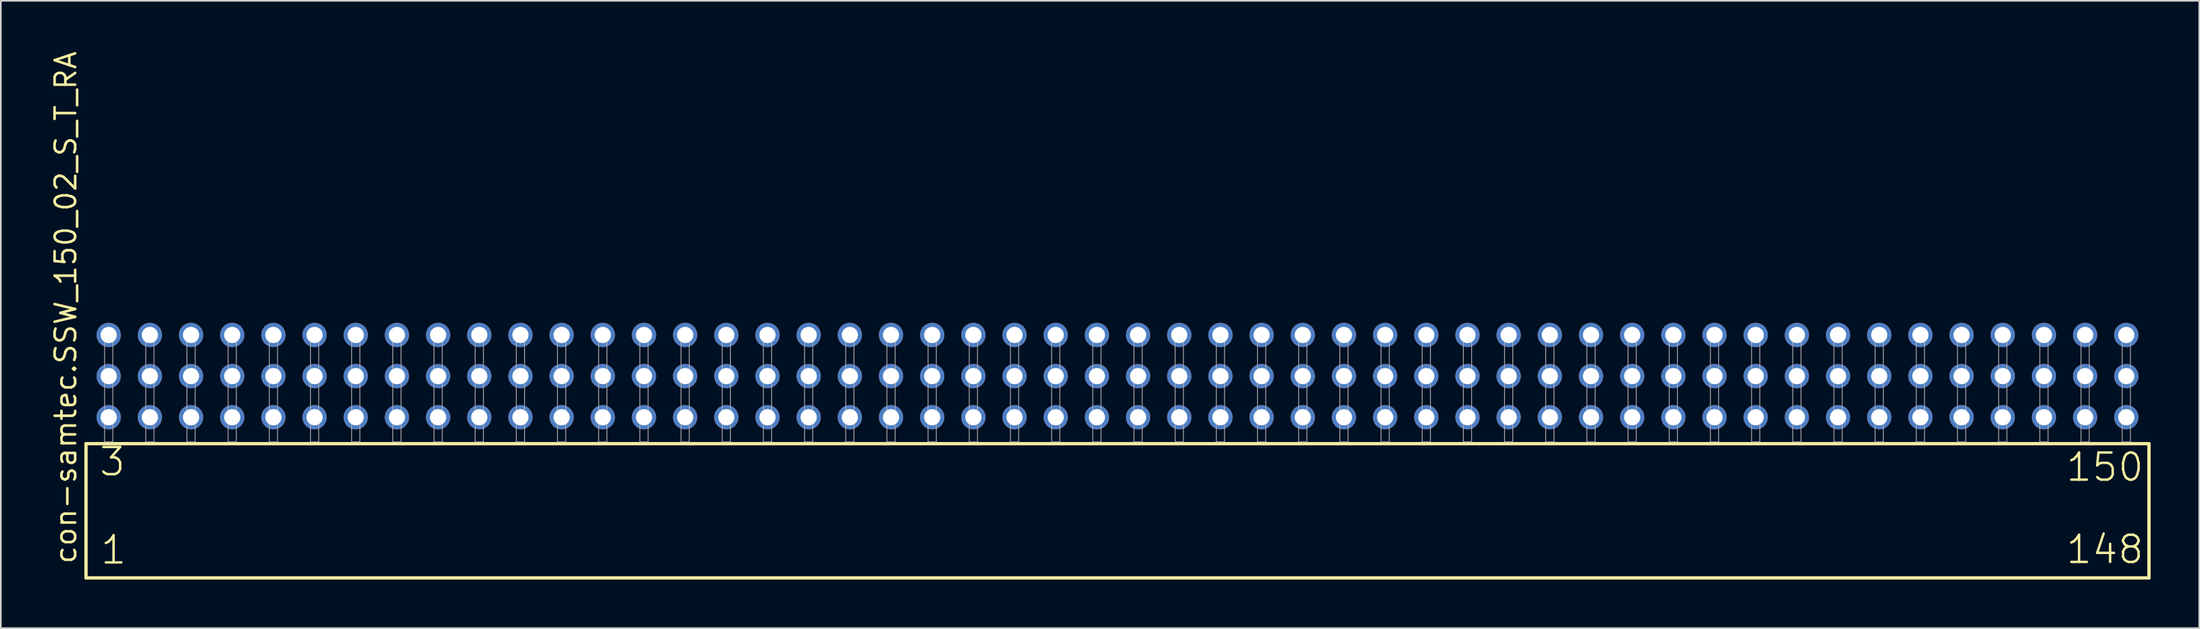
<source format=kicad_pcb>
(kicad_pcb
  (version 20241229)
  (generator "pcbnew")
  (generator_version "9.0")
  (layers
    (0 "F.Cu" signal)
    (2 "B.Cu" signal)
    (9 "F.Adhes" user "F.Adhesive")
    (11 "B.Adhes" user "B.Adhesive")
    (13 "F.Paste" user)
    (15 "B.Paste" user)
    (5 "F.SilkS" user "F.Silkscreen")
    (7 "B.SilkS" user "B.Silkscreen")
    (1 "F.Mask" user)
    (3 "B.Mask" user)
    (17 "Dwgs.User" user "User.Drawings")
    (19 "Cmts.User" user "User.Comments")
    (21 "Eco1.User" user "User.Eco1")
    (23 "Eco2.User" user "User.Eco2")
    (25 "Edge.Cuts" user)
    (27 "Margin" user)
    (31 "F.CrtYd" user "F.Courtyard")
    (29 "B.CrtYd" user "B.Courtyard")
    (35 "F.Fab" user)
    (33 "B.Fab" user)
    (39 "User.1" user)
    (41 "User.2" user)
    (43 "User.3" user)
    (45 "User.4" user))
  (footprint "con-samtec.SSW_150_02_S_T_RA"
    (layer "F.Cu")
    (at 65.885 24.235)
    (property "Reference" "con-samtec.SSW_150_02_S_T_RA" (at -64.135 7.62 90) (layer "F.SilkS") (effects (font (size 1.27 1.27) (thickness 0.16)) (justify left bottom)))
    (attr through_hole)
    (fp_line (start -63.629 0.106) (end -63.629 8.396) (stroke (width 0.203) (type default)) (layer "F.SilkS"))
    (fp_line (start -63.629 8.396) (end 63.629 8.396) (stroke (width 0.203) (type default)) (layer "F.SilkS"))
    (fp_line (start 63.629 0.106) (end -63.629 0.106) (stroke (width 0.203) (type default)) (layer "F.SilkS"))
    (fp_line (start 63.629 8.396) (end 63.629 0.106) (stroke (width 0.203) (type default)) (layer "F.SilkS"))
    (fp_rect (start -62.484 0) (end -61.976 -6.858) (stroke (width 0.05) (type default)) (fill no) (layer "F.Fab"))
    (fp_rect (start -59.944 0) (end -59.436 -6.858) (stroke (width 0.05) (type default)) (fill no) (layer "F.Fab"))
    (fp_rect (start -57.404 0) (end -56.896 -6.858) (stroke (width 0.05) (type default)) (fill no) (layer "F.Fab"))
    (fp_rect (start -54.864 0) (end -54.356 -6.858) (stroke (width 0.05) (type default)) (fill no) (layer "F.Fab"))
    (fp_rect (start -52.324 0) (end -51.816 -6.858) (stroke (width 0.05) (type default)) (fill no) (layer "F.Fab"))
    (fp_rect (start -49.784 0) (end -49.276 -6.858) (stroke (width 0.05) (type default)) (fill no) (layer "F.Fab"))
    (fp_rect (start -47.244 0) (end -46.736 -6.858) (stroke (width 0.05) (type default)) (fill no) (layer "F.Fab"))
    (fp_rect (start -44.704 0) (end -44.196 -6.858) (stroke (width 0.05) (type default)) (fill no) (layer "F.Fab"))
    (fp_rect (start -42.164 0) (end -41.656 -6.858) (stroke (width 0.05) (type default)) (fill no) (layer "F.Fab"))
    (fp_rect (start -39.624 0) (end -39.116 -6.858) (stroke (width 0.05) (type default)) (fill no) (layer "F.Fab"))
    (fp_rect (start -37.084 0) (end -36.576 -6.858) (stroke (width 0.05) (type default)) (fill no) (layer "F.Fab"))
    (fp_rect (start -34.544 0) (end -34.036 -6.858) (stroke (width 0.05) (type default)) (fill no) (layer "F.Fab"))
    (fp_rect (start -32.004 0) (end -31.496 -6.858) (stroke (width 0.05) (type default)) (fill no) (layer "F.Fab"))
    (fp_rect (start -29.464 0) (end -28.956 -6.858) (stroke (width 0.05) (type default)) (fill no) (layer "F.Fab"))
    (fp_rect (start -26.924 0) (end -26.416 -6.858) (stroke (width 0.05) (type default)) (fill no) (layer "F.Fab"))
    (fp_rect (start -24.384 0) (end -23.876 -6.858) (stroke (width 0.05) (type default)) (fill no) (layer "F.Fab"))
    (fp_rect (start -21.844 0) (end -21.336 -6.858) (stroke (width 0.05) (type default)) (fill no) (layer "F.Fab"))
    (fp_rect (start -19.304 0) (end -18.796 -6.858) (stroke (width 0.05) (type default)) (fill no) (layer "F.Fab"))
    (fp_rect (start -16.764 0) (end -16.256 -6.858) (stroke (width 0.05) (type default)) (fill no) (layer "F.Fab"))
    (fp_rect (start -14.224 0) (end -13.716 -6.858) (stroke (width 0.05) (type default)) (fill no) (layer "F.Fab"))
    (fp_rect (start -11.684 0) (end -11.176 -6.858) (stroke (width 0.05) (type default)) (fill no) (layer "F.Fab"))
    (fp_rect (start -9.144 0) (end -8.636 -6.858) (stroke (width 0.05) (type default)) (fill no) (layer "F.Fab"))
    (fp_rect (start -6.604 0) (end -6.096 -6.858) (stroke (width 0.05) (type default)) (fill no) (layer "F.Fab"))
    (fp_rect (start -4.064 0) (end -3.556 -6.858) (stroke (width 0.05) (type default)) (fill no) (layer "F.Fab"))
    (fp_rect (start -1.524 0) (end -1.016 -6.858) (stroke (width 0.05) (type default)) (fill no) (layer "F.Fab"))
    (fp_rect (start 1.016 0) (end 1.524 -6.858) (stroke (width 0.05) (type default)) (fill no) (layer "F.Fab"))
    (fp_rect (start 3.556 0) (end 4.064 -6.858) (stroke (width 0.05) (type default)) (fill no) (layer "F.Fab"))
    (fp_rect (start 6.096 0) (end 6.604 -6.858) (stroke (width 0.05) (type default)) (fill no) (layer "F.Fab"))
    (fp_rect (start 8.636 0) (end 9.144 -6.858) (stroke (width 0.05) (type default)) (fill no) (layer "F.Fab"))
    (fp_rect (start 11.176 0) (end 11.684 -6.858) (stroke (width 0.05) (type default)) (fill no) (layer "F.Fab"))
    (fp_rect (start 13.716 0) (end 14.224 -6.858) (stroke (width 0.05) (type default)) (fill no) (layer "F.Fab"))
    (fp_rect (start 16.256 0) (end 16.764 -6.858) (stroke (width 0.05) (type default)) (fill no) (layer "F.Fab"))
    (fp_rect (start 18.796 0) (end 19.304 -6.858) (stroke (width 0.05) (type default)) (fill no) (layer "F.Fab"))
    (fp_rect (start 21.336 0) (end 21.844 -6.858) (stroke (width 0.05) (type default)) (fill no) (layer "F.Fab"))
    (fp_rect (start 23.876 0) (end 24.384 -6.858) (stroke (width 0.05) (type default)) (fill no) (layer "F.Fab"))
    (fp_rect (start 26.416 0) (end 26.924 -6.858) (stroke (width 0.05) (type default)) (fill no) (layer "F.Fab"))
    (fp_rect (start 28.956 0) (end 29.464 -6.858) (stroke (width 0.05) (type default)) (fill no) (layer "F.Fab"))
    (fp_rect (start 31.496 0) (end 32.004 -6.858) (stroke (width 0.05) (type default)) (fill no) (layer "F.Fab"))
    (fp_rect (start 34.036 0) (end 34.544 -6.858) (stroke (width 0.05) (type default)) (fill no) (layer "F.Fab"))
    (fp_rect (start 36.576 0) (end 37.084 -6.858) (stroke (width 0.05) (type default)) (fill no) (layer "F.Fab"))
    (fp_rect (start 39.116 0) (end 39.624 -6.858) (stroke (width 0.05) (type default)) (fill no) (layer "F.Fab"))
    (fp_rect (start 41.656 0) (end 42.164 -6.858) (stroke (width 0.05) (type default)) (fill no) (layer "F.Fab"))
    (fp_rect (start 44.196 0) (end 44.704 -6.858) (stroke (width 0.05) (type default)) (fill no) (layer "F.Fab"))
    (fp_rect (start 46.736 0) (end 47.244 -6.858) (stroke (width 0.05) (type default)) (fill no) (layer "F.Fab"))
    (fp_rect (start 49.276 0) (end 49.784 -6.858) (stroke (width 0.05) (type default)) (fill no) (layer "F.Fab"))
    (fp_rect (start 51.816 0) (end 52.324 -6.858) (stroke (width 0.05) (type default)) (fill no) (layer "F.Fab"))
    (fp_rect (start 54.356 0) (end 54.864 -6.858) (stroke (width 0.05) (type default)) (fill no) (layer "F.Fab"))
    (fp_rect (start 56.896 0) (end 57.404 -6.858) (stroke (width 0.05) (type default)) (fill no) (layer "F.Fab"))
    (fp_rect (start 59.436 0) (end 59.944 -6.858) (stroke (width 0.05) (type default)) (fill no) (layer "F.Fab"))
    (fp_rect (start 61.976 0) (end 62.484 -6.858) (stroke (width 0.05) (type default)) (fill no) (layer "F.Fab"))
    (fp_text user "1" (at -62.825 7.65 0) (layer "F.SilkS") (effects (font (size 1.676 1.676) (thickness 0.15)) (justify left bottom)))
    (fp_text user "3" (at -62.9 2.2 0) (layer "F.SilkS") (effects (font (size 1.676 1.676) (thickness 0.15)) (justify left bottom)))
    (fp_text user "148" (at 58.42 7.62 0) (layer "F.SilkS") (effects (font (size 1.676 1.676) (thickness 0.15)) (justify left bottom)))
    (fp_text user "150" (at 58.42 2.54 0) (layer "F.SilkS") (effects (font (size 1.676 1.676) (thickness 0.15)) (justify left bottom)))
    (pad "1" thru_hole circle (at -62.23 -1.524) (size 1.5 1.5) (drill 1) (layers "*.Cu" "*.Mask"))
    (pad "2" thru_hole circle (at -62.23 -4.064) (size 1.5 1.5) (drill 1) (layers "*.Cu" "*.Mask"))
    (pad "3" thru_hole circle (at -62.23 -6.604) (size 1.5 1.5) (drill 1) (layers "*.Cu" "*.Mask"))
    (pad "4" thru_hole circle (at -59.69 -1.524) (size 1.5 1.5) (drill 1) (layers "*.Cu" "*.Mask"))
    (pad "5" thru_hole circle (at -59.69 -4.064) (size 1.5 1.5) (drill 1) (layers "*.Cu" "*.Mask"))
    (pad "6" thru_hole circle (at -59.69 -6.604) (size 1.5 1.5) (drill 1) (layers "*.Cu" "*.Mask"))
    (pad "7" thru_hole circle (at -57.15 -1.524) (size 1.5 1.5) (drill 1) (layers "*.Cu" "*.Mask"))
    (pad "8" thru_hole circle (at -57.15 -4.064) (size 1.5 1.5) (drill 1) (layers "*.Cu" "*.Mask"))
    (pad "9" thru_hole circle (at -57.15 -6.604) (size 1.5 1.5) (drill 1) (layers "*.Cu" "*.Mask"))
    (pad "10" thru_hole circle (at -54.61 -1.524) (size 1.5 1.5) (drill 1) (layers "*.Cu" "*.Mask"))
    (pad "11" thru_hole circle (at -54.61 -4.064) (size 1.5 1.5) (drill 1) (layers "*.Cu" "*.Mask"))
    (pad "12" thru_hole circle (at -54.61 -6.604) (size 1.5 1.5) (drill 1) (layers "*.Cu" "*.Mask"))
    (pad "13" thru_hole circle (at -52.07 -1.524) (size 1.5 1.5) (drill 1) (layers "*.Cu" "*.Mask"))
    (pad "14" thru_hole circle (at -52.07 -4.064) (size 1.5 1.5) (drill 1) (layers "*.Cu" "*.Mask"))
    (pad "15" thru_hole circle (at -52.07 -6.604) (size 1.5 1.5) (drill 1) (layers "*.Cu" "*.Mask"))
    (pad "16" thru_hole circle (at -49.53 -1.524) (size 1.5 1.5) (drill 1) (layers "*.Cu" "*.Mask"))
    (pad "17" thru_hole circle (at -49.53 -4.064) (size 1.5 1.5) (drill 1) (layers "*.Cu" "*.Mask"))
    (pad "18" thru_hole circle (at -49.53 -6.604) (size 1.5 1.5) (drill 1) (layers "*.Cu" "*.Mask"))
    (pad "19" thru_hole circle (at -46.99 -1.524) (size 1.5 1.5) (drill 1) (layers "*.Cu" "*.Mask"))
    (pad "20" thru_hole circle (at -46.99 -4.064) (size 1.5 1.5) (drill 1) (layers "*.Cu" "*.Mask"))
    (pad "21" thru_hole circle (at -46.99 -6.604) (size 1.5 1.5) (drill 1) (layers "*.Cu" "*.Mask"))
    (pad "22" thru_hole circle (at -44.45 -1.524) (size 1.5 1.5) (drill 1) (layers "*.Cu" "*.Mask"))
    (pad "23" thru_hole circle (at -44.45 -4.064) (size 1.5 1.5) (drill 1) (layers "*.Cu" "*.Mask"))
    (pad "24" thru_hole circle (at -44.45 -6.604) (size 1.5 1.5) (drill 1) (layers "*.Cu" "*.Mask"))
    (pad "25" thru_hole circle (at -41.91 -1.524) (size 1.5 1.5) (drill 1) (layers "*.Cu" "*.Mask"))
    (pad "26" thru_hole circle (at -41.91 -4.064) (size 1.5 1.5) (drill 1) (layers "*.Cu" "*.Mask"))
    (pad "27" thru_hole circle (at -41.91 -6.604) (size 1.5 1.5) (drill 1) (layers "*.Cu" "*.Mask"))
    (pad "28" thru_hole circle (at -39.37 -1.524) (size 1.5 1.5) (drill 1) (layers "*.Cu" "*.Mask"))
    (pad "29" thru_hole circle (at -39.37 -4.064) (size 1.5 1.5) (drill 1) (layers "*.Cu" "*.Mask"))
    (pad "30" thru_hole circle (at -39.37 -6.604) (size 1.5 1.5) (drill 1) (layers "*.Cu" "*.Mask"))
    (pad "31" thru_hole circle (at -36.83 -1.524) (size 1.5 1.5) (drill 1) (layers "*.Cu" "*.Mask"))
    (pad "32" thru_hole circle (at -36.83 -4.064) (size 1.5 1.5) (drill 1) (layers "*.Cu" "*.Mask"))
    (pad "33" thru_hole circle (at -36.83 -6.604) (size 1.5 1.5) (drill 1) (layers "*.Cu" "*.Mask"))
    (pad "34" thru_hole circle (at -34.29 -1.524) (size 1.5 1.5) (drill 1) (layers "*.Cu" "*.Mask"))
    (pad "35" thru_hole circle (at -34.29 -4.064) (size 1.5 1.5) (drill 1) (layers "*.Cu" "*.Mask"))
    (pad "36" thru_hole circle (at -34.29 -6.604) (size 1.5 1.5) (drill 1) (layers "*.Cu" "*.Mask"))
    (pad "37" thru_hole circle (at -31.75 -1.524) (size 1.5 1.5) (drill 1) (layers "*.Cu" "*.Mask"))
    (pad "38" thru_hole circle (at -31.75 -4.064) (size 1.5 1.5) (drill 1) (layers "*.Cu" "*.Mask"))
    (pad "39" thru_hole circle (at -31.75 -6.604) (size 1.5 1.5) (drill 1) (layers "*.Cu" "*.Mask"))
    (pad "40" thru_hole circle (at -29.21 -1.524) (size 1.5 1.5) (drill 1) (layers "*.Cu" "*.Mask"))
    (pad "41" thru_hole circle (at -29.21 -4.064) (size 1.5 1.5) (drill 1) (layers "*.Cu" "*.Mask"))
    (pad "42" thru_hole circle (at -29.21 -6.604) (size 1.5 1.5) (drill 1) (layers "*.Cu" "*.Mask"))
    (pad "43" thru_hole circle (at -26.67 -1.524) (size 1.5 1.5) (drill 1) (layers "*.Cu" "*.Mask"))
    (pad "44" thru_hole circle (at -26.67 -4.064) (size 1.5 1.5) (drill 1) (layers "*.Cu" "*.Mask"))
    (pad "45" thru_hole circle (at -26.67 -6.604) (size 1.5 1.5) (drill 1) (layers "*.Cu" "*.Mask"))
    (pad "46" thru_hole circle (at -24.13 -1.524) (size 1.5 1.5) (drill 1) (layers "*.Cu" "*.Mask"))
    (pad "47" thru_hole circle (at -24.13 -4.064) (size 1.5 1.5) (drill 1) (layers "*.Cu" "*.Mask"))
    (pad "48" thru_hole circle (at -24.13 -6.604) (size 1.5 1.5) (drill 1) (layers "*.Cu" "*.Mask"))
    (pad "49" thru_hole circle (at -21.59 -1.524) (size 1.5 1.5) (drill 1) (layers "*.Cu" "*.Mask"))
    (pad "50" thru_hole circle (at -21.59 -4.064) (size 1.5 1.5) (drill 1) (layers "*.Cu" "*.Mask"))
    (pad "51" thru_hole circle (at -21.59 -6.604) (size 1.5 1.5) (drill 1) (layers "*.Cu" "*.Mask"))
    (pad "52" thru_hole circle (at -19.05 -1.524) (size 1.5 1.5) (drill 1) (layers "*.Cu" "*.Mask"))
    (pad "53" thru_hole circle (at -19.05 -4.064) (size 1.5 1.5) (drill 1) (layers "*.Cu" "*.Mask"))
    (pad "54" thru_hole circle (at -19.05 -6.604) (size 1.5 1.5) (drill 1) (layers "*.Cu" "*.Mask"))
    (pad "55" thru_hole circle (at -16.51 -1.524) (size 1.5 1.5) (drill 1) (layers "*.Cu" "*.Mask"))
    (pad "56" thru_hole circle (at -16.51 -4.064) (size 1.5 1.5) (drill 1) (layers "*.Cu" "*.Mask"))
    (pad "57" thru_hole circle (at -16.51 -6.604) (size 1.5 1.5) (drill 1) (layers "*.Cu" "*.Mask"))
    (pad "58" thru_hole circle (at -13.97 -1.524) (size 1.5 1.5) (drill 1) (layers "*.Cu" "*.Mask"))
    (pad "59" thru_hole circle (at -13.97 -4.064) (size 1.5 1.5) (drill 1) (layers "*.Cu" "*.Mask"))
    (pad "60" thru_hole circle (at -13.97 -6.604) (size 1.5 1.5) (drill 1) (layers "*.Cu" "*.Mask"))
    (pad "61" thru_hole circle (at -11.43 -1.524) (size 1.5 1.5) (drill 1) (layers "*.Cu" "*.Mask"))
    (pad "62" thru_hole circle (at -11.43 -4.064) (size 1.5 1.5) (drill 1) (layers "*.Cu" "*.Mask"))
    (pad "63" thru_hole circle (at -11.43 -6.604) (size 1.5 1.5) (drill 1) (layers "*.Cu" "*.Mask"))
    (pad "64" thru_hole circle (at -8.89 -1.524) (size 1.5 1.5) (drill 1) (layers "*.Cu" "*.Mask"))
    (pad "65" thru_hole circle (at -8.89 -4.064) (size 1.5 1.5) (drill 1) (layers "*.Cu" "*.Mask"))
    (pad "66" thru_hole circle (at -8.89 -6.604) (size 1.5 1.5) (drill 1) (layers "*.Cu" "*.Mask"))
    (pad "67" thru_hole circle (at -6.35 -1.524) (size 1.5 1.5) (drill 1) (layers "*.Cu" "*.Mask"))
    (pad "68" thru_hole circle (at -6.35 -4.064) (size 1.5 1.5) (drill 1) (layers "*.Cu" "*.Mask"))
    (pad "69" thru_hole circle (at -6.35 -6.604) (size 1.5 1.5) (drill 1) (layers "*.Cu" "*.Mask"))
    (pad "70" thru_hole circle (at -3.81 -1.524) (size 1.5 1.5) (drill 1) (layers "*.Cu" "*.Mask"))
    (pad "71" thru_hole circle (at -3.81 -4.064) (size 1.5 1.5) (drill 1) (layers "*.Cu" "*.Mask"))
    (pad "72" thru_hole circle (at -3.81 -6.604) (size 1.5 1.5) (drill 1) (layers "*.Cu" "*.Mask"))
    (pad "73" thru_hole circle (at -1.27 -1.524) (size 1.5 1.5) (drill 1) (layers "*.Cu" "*.Mask"))
    (pad "74" thru_hole circle (at -1.27 -4.064) (size 1.5 1.5) (drill 1) (layers "*.Cu" "*.Mask"))
    (pad "75" thru_hole circle (at -1.27 -6.604) (size 1.5 1.5) (drill 1) (layers "*.Cu" "*.Mask"))
    (pad "76" thru_hole circle (at 1.27 -1.524) (size 1.5 1.5) (drill 1) (layers "*.Cu" "*.Mask"))
    (pad "77" thru_hole circle (at 1.27 -4.064) (size 1.5 1.5) (drill 1) (layers "*.Cu" "*.Mask"))
    (pad "78" thru_hole circle (at 1.27 -6.604) (size 1.5 1.5) (drill 1) (layers "*.Cu" "*.Mask"))
    (pad "79" thru_hole circle (at 3.81 -1.524) (size 1.5 1.5) (drill 1) (layers "*.Cu" "*.Mask"))
    (pad "80" thru_hole circle (at 3.81 -4.064) (size 1.5 1.5) (drill 1) (layers "*.Cu" "*.Mask"))
    (pad "81" thru_hole circle (at 3.81 -6.604) (size 1.5 1.5) (drill 1) (layers "*.Cu" "*.Mask"))
    (pad "82" thru_hole circle (at 6.35 -1.524) (size 1.5 1.5) (drill 1) (layers "*.Cu" "*.Mask"))
    (pad "83" thru_hole circle (at 6.35 -4.064) (size 1.5 1.5) (drill 1) (layers "*.Cu" "*.Mask"))
    (pad "84" thru_hole circle (at 6.35 -6.604) (size 1.5 1.5) (drill 1) (layers "*.Cu" "*.Mask"))
    (pad "85" thru_hole circle (at 8.89 -1.524) (size 1.5 1.5) (drill 1) (layers "*.Cu" "*.Mask"))
    (pad "86" thru_hole circle (at 8.89 -4.064) (size 1.5 1.5) (drill 1) (layers "*.Cu" "*.Mask"))
    (pad "87" thru_hole circle (at 8.89 -6.604) (size 1.5 1.5) (drill 1) (layers "*.Cu" "*.Mask"))
    (pad "88" thru_hole circle (at 11.43 -1.524) (size 1.5 1.5) (drill 1) (layers "*.Cu" "*.Mask"))
    (pad "89" thru_hole circle (at 11.43 -4.064) (size 1.5 1.5) (drill 1) (layers "*.Cu" "*.Mask"))
    (pad "90" thru_hole circle (at 11.43 -6.604) (size 1.5 1.5) (drill 1) (layers "*.Cu" "*.Mask"))
    (pad "91" thru_hole circle (at 13.97 -1.524) (size 1.5 1.5) (drill 1) (layers "*.Cu" "*.Mask"))
    (pad "92" thru_hole circle (at 13.97 -4.064) (size 1.5 1.5) (drill 1) (layers "*.Cu" "*.Mask"))
    (pad "93" thru_hole circle (at 13.97 -6.604) (size 1.5 1.5) (drill 1) (layers "*.Cu" "*.Mask"))
    (pad "94" thru_hole circle (at 16.51 -1.524) (size 1.5 1.5) (drill 1) (layers "*.Cu" "*.Mask"))
    (pad "95" thru_hole circle (at 16.51 -4.064) (size 1.5 1.5) (drill 1) (layers "*.Cu" "*.Mask"))
    (pad "96" thru_hole circle (at 16.51 -6.604) (size 1.5 1.5) (drill 1) (layers "*.Cu" "*.Mask"))
    (pad "97" thru_hole circle (at 19.05 -1.524) (size 1.5 1.5) (drill 1) (layers "*.Cu" "*.Mask"))
    (pad "98" thru_hole circle (at 19.05 -4.064) (size 1.5 1.5) (drill 1) (layers "*.Cu" "*.Mask"))
    (pad "99" thru_hole circle (at 19.05 -6.604) (size 1.5 1.5) (drill 1) (layers "*.Cu" "*.Mask"))
    (pad "100" thru_hole circle (at 21.59 -1.524) (size 1.5 1.5) (drill 1) (layers "*.Cu" "*.Mask"))
    (pad "101" thru_hole circle (at 21.59 -4.064) (size 1.5 1.5) (drill 1) (layers "*.Cu" "*.Mask"))
    (pad "102" thru_hole circle (at 21.59 -6.604) (size 1.5 1.5) (drill 1) (layers "*.Cu" "*.Mask"))
    (pad "103" thru_hole circle (at 24.13 -1.524) (size 1.5 1.5) (drill 1) (layers "*.Cu" "*.Mask"))
    (pad "104" thru_hole circle (at 24.13 -4.064) (size 1.5 1.5) (drill 1) (layers "*.Cu" "*.Mask"))
    (pad "105" thru_hole circle (at 24.13 -6.604) (size 1.5 1.5) (drill 1) (layers "*.Cu" "*.Mask"))
    (pad "106" thru_hole circle (at 26.67 -1.524) (size 1.5 1.5) (drill 1) (layers "*.Cu" "*.Mask"))
    (pad "107" thru_hole circle (at 26.67 -4.064) (size 1.5 1.5) (drill 1) (layers "*.Cu" "*.Mask"))
    (pad "108" thru_hole circle (at 26.67 -6.604) (size 1.5 1.5) (drill 1) (layers "*.Cu" "*.Mask"))
    (pad "109" thru_hole circle (at 29.21 -1.524) (size 1.5 1.5) (drill 1) (layers "*.Cu" "*.Mask"))
    (pad "110" thru_hole circle (at 29.21 -4.064) (size 1.5 1.5) (drill 1) (layers "*.Cu" "*.Mask"))
    (pad "111" thru_hole circle (at 29.21 -6.604) (size 1.5 1.5) (drill 1) (layers "*.Cu" "*.Mask"))
    (pad "112" thru_hole circle (at 31.75 -1.524) (size 1.5 1.5) (drill 1) (layers "*.Cu" "*.Mask"))
    (pad "113" thru_hole circle (at 31.75 -4.064) (size 1.5 1.5) (drill 1) (layers "*.Cu" "*.Mask"))
    (pad "114" thru_hole circle (at 31.75 -6.604) (size 1.5 1.5) (drill 1) (layers "*.Cu" "*.Mask"))
    (pad "115" thru_hole circle (at 34.29 -1.524) (size 1.5 1.5) (drill 1) (layers "*.Cu" "*.Mask"))
    (pad "116" thru_hole circle (at 34.29 -4.064) (size 1.5 1.5) (drill 1) (layers "*.Cu" "*.Mask"))
    (pad "117" thru_hole circle (at 34.29 -6.604) (size 1.5 1.5) (drill 1) (layers "*.Cu" "*.Mask"))
    (pad "118" thru_hole circle (at 36.83 -1.524) (size 1.5 1.5) (drill 1) (layers "*.Cu" "*.Mask"))
    (pad "119" thru_hole circle (at 36.83 -4.064) (size 1.5 1.5) (drill 1) (layers "*.Cu" "*.Mask"))
    (pad "120" thru_hole circle (at 36.83 -6.604) (size 1.5 1.5) (drill 1) (layers "*.Cu" "*.Mask"))
    (pad "121" thru_hole circle (at 39.37 -1.524) (size 1.5 1.5) (drill 1) (layers "*.Cu" "*.Mask"))
    (pad "122" thru_hole circle (at 39.37 -4.064) (size 1.5 1.5) (drill 1) (layers "*.Cu" "*.Mask"))
    (pad "123" thru_hole circle (at 39.37 -6.604) (size 1.5 1.5) (drill 1) (layers "*.Cu" "*.Mask"))
    (pad "124" thru_hole circle (at 41.91 -1.524) (size 1.5 1.5) (drill 1) (layers "*.Cu" "*.Mask"))
    (pad "125" thru_hole circle (at 41.91 -4.064) (size 1.5 1.5) (drill 1) (layers "*.Cu" "*.Mask"))
    (pad "126" thru_hole circle (at 41.91 -6.604) (size 1.5 1.5) (drill 1) (layers "*.Cu" "*.Mask"))
    (pad "127" thru_hole circle (at 44.45 -1.524) (size 1.5 1.5) (drill 1) (layers "*.Cu" "*.Mask"))
    (pad "128" thru_hole circle (at 44.45 -4.064) (size 1.5 1.5) (drill 1) (layers "*.Cu" "*.Mask"))
    (pad "129" thru_hole circle (at 44.45 -6.604) (size 1.5 1.5) (drill 1) (layers "*.Cu" "*.Mask"))
    (pad "130" thru_hole circle (at 46.99 -1.524) (size 1.5 1.5) (drill 1) (layers "*.Cu" "*.Mask"))
    (pad "131" thru_hole circle (at 46.99 -4.064) (size 1.5 1.5) (drill 1) (layers "*.Cu" "*.Mask"))
    (pad "132" thru_hole circle (at 46.99 -6.604) (size 1.5 1.5) (drill 1) (layers "*.Cu" "*.Mask"))
    (pad "133" thru_hole circle (at 49.53 -1.524) (size 1.5 1.5) (drill 1) (layers "*.Cu" "*.Mask"))
    (pad "134" thru_hole circle (at 49.53 -4.064) (size 1.5 1.5) (drill 1) (layers "*.Cu" "*.Mask"))
    (pad "135" thru_hole circle (at 49.53 -6.604) (size 1.5 1.5) (drill 1) (layers "*.Cu" "*.Mask"))
    (pad "136" thru_hole circle (at 52.07 -1.524) (size 1.5 1.5) (drill 1) (layers "*.Cu" "*.Mask"))
    (pad "137" thru_hole circle (at 52.07 -4.064) (size 1.5 1.5) (drill 1) (layers "*.Cu" "*.Mask"))
    (pad "138" thru_hole circle (at 52.07 -6.604) (size 1.5 1.5) (drill 1) (layers "*.Cu" "*.Mask"))
    (pad "139" thru_hole circle (at 54.61 -1.524) (size 1.5 1.5) (drill 1) (layers "*.Cu" "*.Mask"))
    (pad "140" thru_hole circle (at 54.61 -4.064) (size 1.5 1.5) (drill 1) (layers "*.Cu" "*.Mask"))
    (pad "141" thru_hole circle (at 54.61 -6.604) (size 1.5 1.5) (drill 1) (layers "*.Cu" "*.Mask"))
    (pad "142" thru_hole circle (at 57.15 -1.524) (size 1.5 1.5) (drill 1) (layers "*.Cu" "*.Mask"))
    (pad "143" thru_hole circle (at 57.15 -4.064) (size 1.5 1.5) (drill 1) (layers "*.Cu" "*.Mask"))
    (pad "144" thru_hole circle (at 57.15 -6.604) (size 1.5 1.5) (drill 1) (layers "*.Cu" "*.Mask"))
    (pad "145" thru_hole circle (at 59.69 -1.524) (size 1.5 1.5) (drill 1) (layers "*.Cu" "*.Mask"))
    (pad "146" thru_hole circle (at 59.69 -4.064) (size 1.5 1.5) (drill 1) (layers "*.Cu" "*.Mask"))
    (pad "147" thru_hole circle (at 59.69 -6.604) (size 1.5 1.5) (drill 1) (layers "*.Cu" "*.Mask"))
    (pad "148" thru_hole circle (at 62.23 -1.524) (size 1.5 1.5) (drill 1) (layers "*.Cu" "*.Mask"))
    (pad "149" thru_hole circle (at 62.23 -4.064) (size 1.5 1.5) (drill 1) (layers "*.Cu" "*.Mask"))
    (pad "150" thru_hole circle (at 62.23 -6.604) (size 1.5 1.5) (drill 1) (layers "*.Cu" "*.Mask")))
  (gr_rect
    (start -3 -3)
    (end 132.616 35.733)
    (stroke (width 0.1) (type default))
    (fill no)
    (layer "Edge.Cuts")))
</source>
